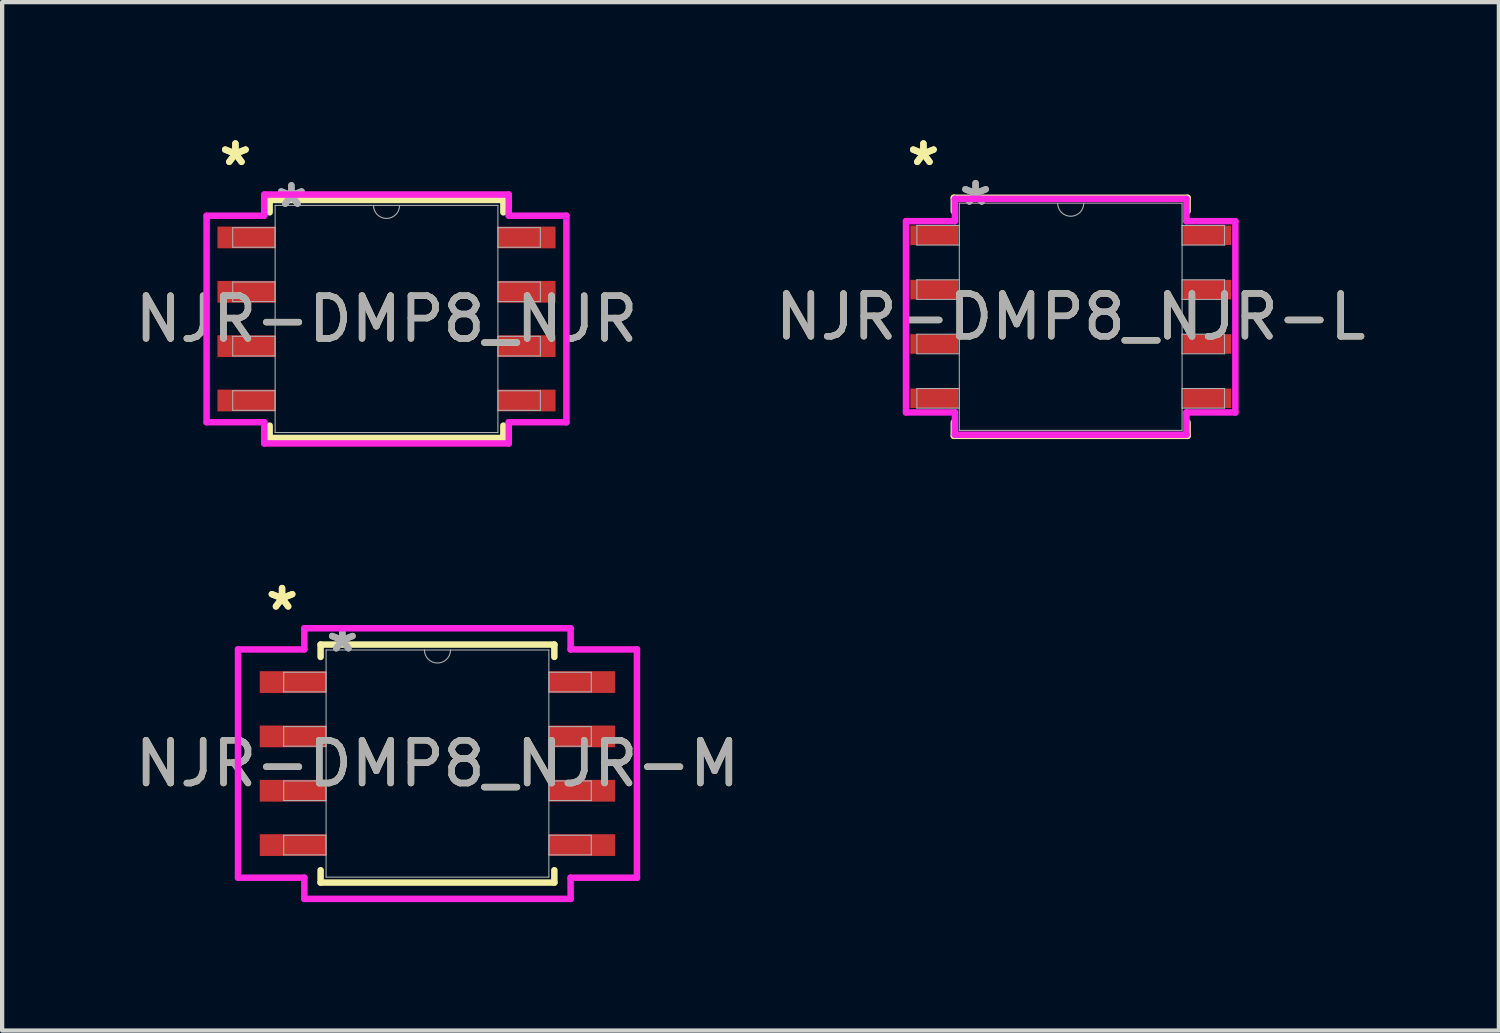
<source format=kicad_pcb>
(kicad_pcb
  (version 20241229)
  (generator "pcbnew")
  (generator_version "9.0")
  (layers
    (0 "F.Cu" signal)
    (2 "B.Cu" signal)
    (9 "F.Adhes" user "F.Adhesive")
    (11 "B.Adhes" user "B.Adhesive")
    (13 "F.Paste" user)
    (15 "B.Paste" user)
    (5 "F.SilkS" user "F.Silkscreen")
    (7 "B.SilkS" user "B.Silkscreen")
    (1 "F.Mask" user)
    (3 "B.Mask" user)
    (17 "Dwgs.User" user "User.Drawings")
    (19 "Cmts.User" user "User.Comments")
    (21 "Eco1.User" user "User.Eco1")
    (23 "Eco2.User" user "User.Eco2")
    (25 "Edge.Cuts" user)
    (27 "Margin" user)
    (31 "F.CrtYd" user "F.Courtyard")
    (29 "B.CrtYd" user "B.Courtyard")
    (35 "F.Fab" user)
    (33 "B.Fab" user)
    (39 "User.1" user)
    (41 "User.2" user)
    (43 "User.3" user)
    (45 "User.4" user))
  (footprint "NJR-DMP8_NJR-M"
    (layer "F.Cu")
    (at 7.173 14.793)
    (property "Reference" "NJR-DMP8_NJR-M" (at 0 0 0) (unlocked yes) (layer "F.SilkS") (effects (font (size 1 1) (thickness 0.15))))
    (attr smd)
    (fp_line (start -2.731 -2.781) (end -2.731 -2.492) (stroke (width 0.152) (type solid)) (layer "F.SilkS"))
    (fp_line (start -2.731 2.492) (end -2.731 2.781) (stroke (width 0.152) (type solid)) (layer "F.SilkS"))
    (fp_line (start -2.731 2.781) (end 2.731 2.781) (stroke (width 0.152) (type solid)) (layer "F.SilkS"))
    (fp_line (start 2.731 -2.781) (end -2.731 -2.781) (stroke (width 0.152) (type solid)) (layer "F.SilkS"))
    (fp_line (start 2.731 -2.492) (end 2.731 -2.781) (stroke (width 0.152) (type solid)) (layer "F.SilkS"))
    (fp_line (start 2.731 2.781) (end 2.731 2.492) (stroke (width 0.152) (type solid)) (layer "F.SilkS"))
    (fp_line (start -4.661 -2.667) (end -3.111 -2.667) (stroke (width 0.152) (type solid)) (layer "F.CrtYd"))
    (fp_line (start -4.661 2.667) (end -4.661 -2.667) (stroke (width 0.152) (type solid)) (layer "F.CrtYd"))
    (fp_line (start -4.661 2.667) (end -3.111 2.667) (stroke (width 0.152) (type solid)) (layer "F.CrtYd"))
    (fp_line (start -3.111 -3.162) (end 3.111 -3.162) (stroke (width 0.152) (type solid)) (layer "F.CrtYd"))
    (fp_line (start -3.111 -2.667) (end -3.111 -3.162) (stroke (width 0.152) (type solid)) (layer "F.CrtYd"))
    (fp_line (start -3.111 3.162) (end -3.111 2.667) (stroke (width 0.152) (type solid)) (layer "F.CrtYd"))
    (fp_line (start 3.111 -3.162) (end 3.111 -2.667) (stroke (width 0.152) (type solid)) (layer "F.CrtYd"))
    (fp_line (start 3.111 2.667) (end 3.111 3.162) (stroke (width 0.152) (type solid)) (layer "F.CrtYd"))
    (fp_line (start 3.111 3.162) (end -3.111 3.162) (stroke (width 0.152) (type solid)) (layer "F.CrtYd"))
    (fp_line (start 4.661 -2.667) (end 3.111 -2.667) (stroke (width 0.152) (type solid)) (layer "F.CrtYd"))
    (fp_line (start 4.661 -2.667) (end 4.661 2.667) (stroke (width 0.152) (type solid)) (layer "F.CrtYd"))
    (fp_line (start 4.661 2.667) (end 3.111 2.667) (stroke (width 0.152) (type solid)) (layer "F.CrtYd"))
    (fp_line (start -3.594 -2.134) (end -3.594 -1.676) (stroke (width 0.025) (type solid)) (layer "F.Fab"))
    (fp_line (start -3.594 -1.676) (end -2.603 -1.676) (stroke (width 0.025) (type solid)) (layer "F.Fab"))
    (fp_line (start -3.594 -0.864) (end -3.594 -0.406) (stroke (width 0.025) (type solid)) (layer "F.Fab"))
    (fp_line (start -3.594 -0.406) (end -2.603 -0.406) (stroke (width 0.025) (type solid)) (layer "F.Fab"))
    (fp_line (start -3.594 0.406) (end -3.594 0.864) (stroke (width 0.025) (type solid)) (layer "F.Fab"))
    (fp_line (start -3.594 0.864) (end -2.603 0.864) (stroke (width 0.025) (type solid)) (layer "F.Fab"))
    (fp_line (start -3.594 1.676) (end -3.594 2.134) (stroke (width 0.025) (type solid)) (layer "F.Fab"))
    (fp_line (start -3.594 2.134) (end -2.603 2.134) (stroke (width 0.025) (type solid)) (layer "F.Fab"))
    (fp_line (start -2.603 -2.654) (end -2.603 2.654) (stroke (width 0.025) (type solid)) (layer "F.Fab"))
    (fp_line (start -2.603 -2.134) (end -3.594 -2.134) (stroke (width 0.025) (type solid)) (layer "F.Fab"))
    (fp_line (start -2.603 -1.676) (end -2.603 -2.134) (stroke (width 0.025) (type solid)) (layer "F.Fab"))
    (fp_line (start -2.603 -0.864) (end -3.594 -0.864) (stroke (width 0.025) (type solid)) (layer "F.Fab"))
    (fp_line (start -2.603 -0.406) (end -2.603 -0.864) (stroke (width 0.025) (type solid)) (layer "F.Fab"))
    (fp_line (start -2.603 0.406) (end -3.594 0.406) (stroke (width 0.025) (type solid)) (layer "F.Fab"))
    (fp_line (start -2.603 0.864) (end -2.603 0.406) (stroke (width 0.025) (type solid)) (layer "F.Fab"))
    (fp_line (start -2.603 1.676) (end -3.594 1.676) (stroke (width 0.025) (type solid)) (layer "F.Fab"))
    (fp_line (start -2.603 2.134) (end -2.603 1.676) (stroke (width 0.025) (type solid)) (layer "F.Fab"))
    (fp_line (start -2.603 2.654) (end 2.603 2.654) (stroke (width 0.025) (type solid)) (layer "F.Fab"))
    (fp_line (start 2.603 -2.654) (end -2.603 -2.654) (stroke (width 0.025) (type solid)) (layer "F.Fab"))
    (fp_line (start 2.603 -2.134) (end 2.603 -1.676) (stroke (width 0.025) (type solid)) (layer "F.Fab"))
    (fp_line (start 2.603 -1.676) (end 3.594 -1.676) (stroke (width 0.025) (type solid)) (layer "F.Fab"))
    (fp_line (start 2.603 -0.864) (end 2.603 -0.406) (stroke (width 0.025) (type solid)) (layer "F.Fab"))
    (fp_line (start 2.603 -0.406) (end 3.594 -0.406) (stroke (width 0.025) (type solid)) (layer "F.Fab"))
    (fp_line (start 2.603 0.406) (end 2.603 0.864) (stroke (width 0.025) (type solid)) (layer "F.Fab"))
    (fp_line (start 2.603 0.864) (end 3.594 0.864) (stroke (width 0.025) (type solid)) (layer "F.Fab"))
    (fp_line (start 2.603 1.676) (end 2.603 2.134) (stroke (width 0.025) (type solid)) (layer "F.Fab"))
    (fp_line (start 2.603 2.134) (end 3.594 2.134) (stroke (width 0.025) (type solid)) (layer "F.Fab"))
    (fp_line (start 2.603 2.654) (end 2.603 -2.654) (stroke (width 0.025) (type solid)) (layer "F.Fab"))
    (fp_line (start 3.594 -2.134) (end 2.603 -2.134) (stroke (width 0.025) (type solid)) (layer "F.Fab"))
    (fp_line (start 3.594 -1.676) (end 3.594 -2.134) (stroke (width 0.025) (type solid)) (layer "F.Fab"))
    (fp_line (start 3.594 -0.864) (end 2.603 -0.864) (stroke (width 0.025) (type solid)) (layer "F.Fab"))
    (fp_line (start 3.594 -0.406) (end 3.594 -0.864) (stroke (width 0.025) (type solid)) (layer "F.Fab"))
    (fp_line (start 3.594 0.406) (end 2.603 0.406) (stroke (width 0.025) (type solid)) (layer "F.Fab"))
    (fp_line (start 3.594 0.864) (end 3.594 0.406) (stroke (width 0.025) (type solid)) (layer "F.Fab"))
    (fp_line (start 3.594 1.676) (end 2.603 1.676) (stroke (width 0.025) (type solid)) (layer "F.Fab"))
    (fp_line (start 3.594 2.134) (end 3.594 1.676) (stroke (width 0.025) (type solid)) (layer "F.Fab"))
    (fp_arc (start 0.3048 -2.6543) (mid 0 -2.3495) (end -0.3048 -2.6543) (stroke (width 0.0254) (type solid)) (layer "F.Fab"))
    (fp_text user "*" (at -3.632 -3.556 0) (unlocked yes) (layer "F.SilkS") (effects (font (size 1 1) (thickness 0.15))))
    (fp_text user "*" (at -3.632 -3.556 0) (layer "F.SilkS") (effects (font (size 1 1) (thickness 0.15))))
    (fp_text user "${REFERENCE}" (at 0 0 0) (unlocked yes) (layer "F.Fab") (effects (font (size 1 1) (thickness 0.15))))
    (fp_text user "*" (at -2.223 -2.578 0) (unlocked yes) (layer "F.Fab") (effects (font (size 1 1) (thickness 0.15))))
    (fp_text user "*" (at -2.223 -2.578 0) (layer "F.Fab") (effects (font (size 1 1) (thickness 0.15))))
    (pad "1" smd rect (at -3.378 -1.905) (size 1.549 0.508) (layers "F.Cu" "F.Mask" "F.Paste"))
    (pad "2" smd rect (at -3.378 -0.635) (size 1.549 0.508) (layers "F.Cu" "F.Mask" "F.Paste"))
    (pad "3" smd rect (at -3.378 0.635) (size 1.549 0.508) (layers "F.Cu" "F.Mask" "F.Paste"))
    (pad "4" smd rect (at -3.378 1.905) (size 1.549 0.508) (layers "F.Cu" "F.Mask" "F.Paste"))
    (pad "5" smd rect (at 3.378 1.905) (size 1.549 0.508) (layers "F.Cu" "F.Mask" "F.Paste"))
    (pad "6" smd rect (at 3.378 0.635) (size 1.549 0.508) (layers "F.Cu" "F.Mask" "F.Paste"))
    (pad "7" smd rect (at 3.378 -0.635) (size 1.549 0.508) (layers "F.Cu" "F.Mask" "F.Paste"))
    (pad "8" smd rect (at 3.378 -1.905) (size 1.549 0.508) (layers "F.Cu" "F.Mask" "F.Paste")))
  (footprint "NJR-DMP8_NJR-L"
    (layer "F.Cu")
    (at 21.97 4.353)
    (property "Reference" "NJR-DMP8_NJR-L" (at 0 0 0) (unlocked yes) (layer "F.SilkS") (effects (font (size 1 1) (thickness 0.15))))
    (attr smd)
    (fp_line (start -2.731 -2.781) (end -2.731 -2.466) (stroke (width 0.152) (type solid)) (layer "F.SilkS"))
    (fp_line (start -2.731 2.466) (end -2.731 2.781) (stroke (width 0.152) (type solid)) (layer "F.SilkS"))
    (fp_line (start -2.731 2.781) (end 2.731 2.781) (stroke (width 0.152) (type solid)) (layer "F.SilkS"))
    (fp_line (start 2.731 -2.781) (end -2.731 -2.781) (stroke (width 0.152) (type solid)) (layer "F.SilkS"))
    (fp_line (start 2.731 -2.466) (end 2.731 -2.781) (stroke (width 0.152) (type solid)) (layer "F.SilkS"))
    (fp_line (start 2.731 2.781) (end 2.731 2.466) (stroke (width 0.152) (type solid)) (layer "F.SilkS"))
    (fp_line (start -3.848 -2.235) (end -2.705 -2.235) (stroke (width 0.152) (type solid)) (layer "F.CrtYd"))
    (fp_line (start -3.848 2.235) (end -3.848 -2.235) (stroke (width 0.152) (type solid)) (layer "F.CrtYd"))
    (fp_line (start -3.848 2.235) (end -2.705 2.235) (stroke (width 0.152) (type solid)) (layer "F.CrtYd"))
    (fp_line (start -2.705 -2.756) (end 2.705 -2.756) (stroke (width 0.152) (type solid)) (layer "F.CrtYd"))
    (fp_line (start -2.705 -2.235) (end -2.705 -2.756) (stroke (width 0.152) (type solid)) (layer "F.CrtYd"))
    (fp_line (start -2.705 2.756) (end -2.705 2.235) (stroke (width 0.152) (type solid)) (layer "F.CrtYd"))
    (fp_line (start 2.705 -2.756) (end 2.705 -2.235) (stroke (width 0.152) (type solid)) (layer "F.CrtYd"))
    (fp_line (start 2.705 2.235) (end 2.705 2.756) (stroke (width 0.152) (type solid)) (layer "F.CrtYd"))
    (fp_line (start 2.705 2.756) (end -2.705 2.756) (stroke (width 0.152) (type solid)) (layer "F.CrtYd"))
    (fp_line (start 3.848 -2.235) (end 2.705 -2.235) (stroke (width 0.152) (type solid)) (layer "F.CrtYd"))
    (fp_line (start 3.848 -2.235) (end 3.848 2.235) (stroke (width 0.152) (type solid)) (layer "F.CrtYd"))
    (fp_line (start 3.848 2.235) (end 2.705 2.235) (stroke (width 0.152) (type solid)) (layer "F.CrtYd"))
    (fp_line (start -3.594 -2.134) (end -3.594 -1.676) (stroke (width 0.025) (type solid)) (layer "F.Fab"))
    (fp_line (start -3.594 -1.676) (end -2.603 -1.676) (stroke (width 0.025) (type solid)) (layer "F.Fab"))
    (fp_line (start -3.594 -0.864) (end -3.594 -0.406) (stroke (width 0.025) (type solid)) (layer "F.Fab"))
    (fp_line (start -3.594 -0.406) (end -2.603 -0.406) (stroke (width 0.025) (type solid)) (layer "F.Fab"))
    (fp_line (start -3.594 0.406) (end -3.594 0.864) (stroke (width 0.025) (type solid)) (layer "F.Fab"))
    (fp_line (start -3.594 0.864) (end -2.603 0.864) (stroke (width 0.025) (type solid)) (layer "F.Fab"))
    (fp_line (start -3.594 1.676) (end -3.594 2.134) (stroke (width 0.025) (type solid)) (layer "F.Fab"))
    (fp_line (start -3.594 2.134) (end -2.603 2.134) (stroke (width 0.025) (type solid)) (layer "F.Fab"))
    (fp_line (start -2.603 -2.654) (end -2.603 2.654) (stroke (width 0.025) (type solid)) (layer "F.Fab"))
    (fp_line (start -2.603 -2.134) (end -3.594 -2.134) (stroke (width 0.025) (type solid)) (layer "F.Fab"))
    (fp_line (start -2.603 -1.676) (end -2.603 -2.134) (stroke (width 0.025) (type solid)) (layer "F.Fab"))
    (fp_line (start -2.603 -0.864) (end -3.594 -0.864) (stroke (width 0.025) (type solid)) (layer "F.Fab"))
    (fp_line (start -2.603 -0.406) (end -2.603 -0.864) (stroke (width 0.025) (type solid)) (layer "F.Fab"))
    (fp_line (start -2.603 0.406) (end -3.594 0.406) (stroke (width 0.025) (type solid)) (layer "F.Fab"))
    (fp_line (start -2.603 0.864) (end -2.603 0.406) (stroke (width 0.025) (type solid)) (layer "F.Fab"))
    (fp_line (start -2.603 1.676) (end -3.594 1.676) (stroke (width 0.025) (type solid)) (layer "F.Fab"))
    (fp_line (start -2.603 2.134) (end -2.603 1.676) (stroke (width 0.025) (type solid)) (layer "F.Fab"))
    (fp_line (start -2.603 2.654) (end 2.603 2.654) (stroke (width 0.025) (type solid)) (layer "F.Fab"))
    (fp_line (start 2.603 -2.654) (end -2.603 -2.654) (stroke (width 0.025) (type solid)) (layer "F.Fab"))
    (fp_line (start 2.603 -2.134) (end 2.603 -1.676) (stroke (width 0.025) (type solid)) (layer "F.Fab"))
    (fp_line (start 2.603 -1.676) (end 3.594 -1.676) (stroke (width 0.025) (type solid)) (layer "F.Fab"))
    (fp_line (start 2.603 -0.864) (end 2.603 -0.406) (stroke (width 0.025) (type solid)) (layer "F.Fab"))
    (fp_line (start 2.603 -0.406) (end 3.594 -0.406) (stroke (width 0.025) (type solid)) (layer "F.Fab"))
    (fp_line (start 2.603 0.406) (end 2.603 0.864) (stroke (width 0.025) (type solid)) (layer "F.Fab"))
    (fp_line (start 2.603 0.864) (end 3.594 0.864) (stroke (width 0.025) (type solid)) (layer "F.Fab"))
    (fp_line (start 2.603 1.676) (end 2.603 2.134) (stroke (width 0.025) (type solid)) (layer "F.Fab"))
    (fp_line (start 2.603 2.134) (end 3.594 2.134) (stroke (width 0.025) (type solid)) (layer "F.Fab"))
    (fp_line (start 2.603 2.654) (end 2.603 -2.654) (stroke (width 0.025) (type solid)) (layer "F.Fab"))
    (fp_line (start 3.594 -2.134) (end 2.603 -2.134) (stroke (width 0.025) (type solid)) (layer "F.Fab"))
    (fp_line (start 3.594 -1.676) (end 3.594 -2.134) (stroke (width 0.025) (type solid)) (layer "F.Fab"))
    (fp_line (start 3.594 -0.864) (end 2.603 -0.864) (stroke (width 0.025) (type solid)) (layer "F.Fab"))
    (fp_line (start 3.594 -0.406) (end 3.594 -0.864) (stroke (width 0.025) (type solid)) (layer "F.Fab"))
    (fp_line (start 3.594 0.406) (end 2.603 0.406) (stroke (width 0.025) (type solid)) (layer "F.Fab"))
    (fp_line (start 3.594 0.864) (end 3.594 0.406) (stroke (width 0.025) (type solid)) (layer "F.Fab"))
    (fp_line (start 3.594 1.676) (end 2.603 1.676) (stroke (width 0.025) (type solid)) (layer "F.Fab"))
    (fp_line (start 3.594 2.134) (end 3.594 1.676) (stroke (width 0.025) (type solid)) (layer "F.Fab"))
    (fp_arc (start 0.3048 -2.6543) (mid 0 -2.3495) (end -0.3048 -2.6543) (stroke (width 0.0254) (type solid)) (layer "F.Fab"))
    (fp_text user "*" (at -3.442 -3.505 0) (layer "F.SilkS") (effects (font (size 1 1) (thickness 0.15))))
    (fp_text user "*" (at -3.442 -3.505 0) (unlocked yes) (layer "F.SilkS") (effects (font (size 1 1) (thickness 0.15))))
    (fp_text user "*" (at -2.223 -2.578 0) (layer "F.Fab") (effects (font (size 1 1) (thickness 0.15))))
    (fp_text user "${REFERENCE}" (at 0 0 0) (unlocked yes) (layer "F.Fab") (effects (font (size 1 1) (thickness 0.15))))
    (fp_text user "*" (at -2.223 -2.578 0) (unlocked yes) (layer "F.Fab") (effects (font (size 1 1) (thickness 0.15))))
    (pad "1" smd rect (at -3.188 -1.905) (size 1.118 0.457) (layers "F.Cu" "F.Mask" "F.Paste"))
    (pad "2" smd rect (at -3.188 -0.635) (size 1.118 0.457) (layers "F.Cu" "F.Mask" "F.Paste"))
    (pad "3" smd rect (at -3.188 0.635) (size 1.118 0.457) (layers "F.Cu" "F.Mask" "F.Paste"))
    (pad "4" smd rect (at -3.188 1.905) (size 1.118 0.457) (layers "F.Cu" "F.Mask" "F.Paste"))
    (pad "5" smd rect (at 3.188 1.905) (size 1.118 0.457) (layers "F.Cu" "F.Mask" "F.Paste"))
    (pad "6" smd rect (at 3.188 0.635) (size 1.118 0.457) (layers "F.Cu" "F.Mask" "F.Paste"))
    (pad "7" smd rect (at 3.188 -0.635) (size 1.118 0.457) (layers "F.Cu" "F.Mask" "F.Paste"))
    (pad "8" smd rect (at 3.188 -1.905) (size 1.118 0.457) (layers "F.Cu" "F.Mask" "F.Paste")))
  (footprint "NJR-DMP8_NJR"
    (layer "F.Cu")
    (at 5.982 4.404)
    (property "Reference" "NJR-DMP8_NJR" (at 0 0 0) (unlocked yes) (layer "F.SilkS") (effects (font (size 1 1) (thickness 0.15))))
    (attr smd)
    (fp_line (start -2.731 -2.781) (end -2.731 -2.492) (stroke (width 0.152) (type solid)) (layer "F.SilkS"))
    (fp_line (start -2.731 2.492) (end -2.731 2.781) (stroke (width 0.152) (type solid)) (layer "F.SilkS"))
    (fp_line (start -2.731 2.781) (end 2.731 2.781) (stroke (width 0.152) (type solid)) (layer "F.SilkS"))
    (fp_line (start 2.731 -2.781) (end -2.731 -2.781) (stroke (width 0.152) (type solid)) (layer "F.SilkS"))
    (fp_line (start 2.731 -2.492) (end 2.731 -2.781) (stroke (width 0.152) (type solid)) (layer "F.SilkS"))
    (fp_line (start 2.731 2.781) (end 2.731 2.492) (stroke (width 0.152) (type solid)) (layer "F.SilkS"))
    (fp_line (start -4.204 -2.413) (end -2.857 -2.413) (stroke (width 0.152) (type solid)) (layer "F.CrtYd"))
    (fp_line (start -4.204 2.413) (end -4.204 -2.413) (stroke (width 0.152) (type solid)) (layer "F.CrtYd"))
    (fp_line (start -4.204 2.413) (end -2.857 2.413) (stroke (width 0.152) (type solid)) (layer "F.CrtYd"))
    (fp_line (start -2.857 -2.908) (end 2.857 -2.908) (stroke (width 0.152) (type solid)) (layer "F.CrtYd"))
    (fp_line (start -2.857 -2.413) (end -2.857 -2.908) (stroke (width 0.152) (type solid)) (layer "F.CrtYd"))
    (fp_line (start -2.857 2.908) (end -2.857 2.413) (stroke (width 0.152) (type solid)) (layer "F.CrtYd"))
    (fp_line (start 2.857 -2.908) (end 2.857 -2.413) (stroke (width 0.152) (type solid)) (layer "F.CrtYd"))
    (fp_line (start 2.857 2.413) (end 2.857 2.908) (stroke (width 0.152) (type solid)) (layer "F.CrtYd"))
    (fp_line (start 2.857 2.908) (end -2.857 2.908) (stroke (width 0.152) (type solid)) (layer "F.CrtYd"))
    (fp_line (start 4.204 -2.413) (end 2.857 -2.413) (stroke (width 0.152) (type solid)) (layer "F.CrtYd"))
    (fp_line (start 4.204 -2.413) (end 4.204 2.413) (stroke (width 0.152) (type solid)) (layer "F.CrtYd"))
    (fp_line (start 4.204 2.413) (end 2.857 2.413) (stroke (width 0.152) (type solid)) (layer "F.CrtYd"))
    (fp_line (start -3.594 -2.134) (end -3.594 -1.676) (stroke (width 0.025) (type solid)) (layer "F.Fab"))
    (fp_line (start -3.594 -1.676) (end -2.603 -1.676) (stroke (width 0.025) (type solid)) (layer "F.Fab"))
    (fp_line (start -3.594 -0.864) (end -3.594 -0.406) (stroke (width 0.025) (type solid)) (layer "F.Fab"))
    (fp_line (start -3.594 -0.406) (end -2.603 -0.406) (stroke (width 0.025) (type solid)) (layer "F.Fab"))
    (fp_line (start -3.594 0.406) (end -3.594 0.864) (stroke (width 0.025) (type solid)) (layer "F.Fab"))
    (fp_line (start -3.594 0.864) (end -2.603 0.864) (stroke (width 0.025) (type solid)) (layer "F.Fab"))
    (fp_line (start -3.594 1.676) (end -3.594 2.134) (stroke (width 0.025) (type solid)) (layer "F.Fab"))
    (fp_line (start -3.594 2.134) (end -2.603 2.134) (stroke (width 0.025) (type solid)) (layer "F.Fab"))
    (fp_line (start -2.603 -2.654) (end -2.603 2.654) (stroke (width 0.025) (type solid)) (layer "F.Fab"))
    (fp_line (start -2.603 -2.134) (end -3.594 -2.134) (stroke (width 0.025) (type solid)) (layer "F.Fab"))
    (fp_line (start -2.603 -1.676) (end -2.603 -2.134) (stroke (width 0.025) (type solid)) (layer "F.Fab"))
    (fp_line (start -2.603 -0.864) (end -3.594 -0.864) (stroke (width 0.025) (type solid)) (layer "F.Fab"))
    (fp_line (start -2.603 -0.406) (end -2.603 -0.864) (stroke (width 0.025) (type solid)) (layer "F.Fab"))
    (fp_line (start -2.603 0.406) (end -3.594 0.406) (stroke (width 0.025) (type solid)) (layer "F.Fab"))
    (fp_line (start -2.603 0.864) (end -2.603 0.406) (stroke (width 0.025) (type solid)) (layer "F.Fab"))
    (fp_line (start -2.603 1.676) (end -3.594 1.676) (stroke (width 0.025) (type solid)) (layer "F.Fab"))
    (fp_line (start -2.603 2.134) (end -2.603 1.676) (stroke (width 0.025) (type solid)) (layer "F.Fab"))
    (fp_line (start -2.603 2.654) (end 2.603 2.654) (stroke (width 0.025) (type solid)) (layer "F.Fab"))
    (fp_line (start 2.603 -2.654) (end -2.603 -2.654) (stroke (width 0.025) (type solid)) (layer "F.Fab"))
    (fp_line (start 2.603 -2.134) (end 2.603 -1.676) (stroke (width 0.025) (type solid)) (layer "F.Fab"))
    (fp_line (start 2.603 -1.676) (end 3.594 -1.676) (stroke (width 0.025) (type solid)) (layer "F.Fab"))
    (fp_line (start 2.603 -0.864) (end 2.603 -0.406) (stroke (width 0.025) (type solid)) (layer "F.Fab"))
    (fp_line (start 2.603 -0.406) (end 3.594 -0.406) (stroke (width 0.025) (type solid)) (layer "F.Fab"))
    (fp_line (start 2.603 0.406) (end 2.603 0.864) (stroke (width 0.025) (type solid)) (layer "F.Fab"))
    (fp_line (start 2.603 0.864) (end 3.594 0.864) (stroke (width 0.025) (type solid)) (layer "F.Fab"))
    (fp_line (start 2.603 1.676) (end 2.603 2.134) (stroke (width 0.025) (type solid)) (layer "F.Fab"))
    (fp_line (start 2.603 2.134) (end 3.594 2.134) (stroke (width 0.025) (type solid)) (layer "F.Fab"))
    (fp_line (start 2.603 2.654) (end 2.603 -2.654) (stroke (width 0.025) (type solid)) (layer "F.Fab"))
    (fp_line (start 3.594 -2.134) (end 2.603 -2.134) (stroke (width 0.025) (type solid)) (layer "F.Fab"))
    (fp_line (start 3.594 -1.676) (end 3.594 -2.134) (stroke (width 0.025) (type solid)) (layer "F.Fab"))
    (fp_line (start 3.594 -0.864) (end 2.603 -0.864) (stroke (width 0.025) (type solid)) (layer "F.Fab"))
    (fp_line (start 3.594 -0.406) (end 3.594 -0.864) (stroke (width 0.025) (type solid)) (layer "F.Fab"))
    (fp_line (start 3.594 0.406) (end 2.603 0.406) (stroke (width 0.025) (type solid)) (layer "F.Fab"))
    (fp_line (start 3.594 0.864) (end 3.594 0.406) (stroke (width 0.025) (type solid)) (layer "F.Fab"))
    (fp_line (start 3.594 1.676) (end 2.603 1.676) (stroke (width 0.025) (type solid)) (layer "F.Fab"))
    (fp_line (start 3.594 2.134) (end 3.594 1.676) (stroke (width 0.025) (type solid)) (layer "F.Fab"))
    (fp_arc (start 0.3048 -2.6543) (mid 0 -2.3495) (end -0.3048 -2.6543) (stroke (width 0.0254) (type solid)) (layer "F.Fab"))
    (fp_text user "*" (at -3.531 -3.556 0) (unlocked yes) (layer "F.SilkS") (effects (font (size 1 1) (thickness 0.15))))
    (fp_text user "*" (at -3.531 -3.556 0) (layer "F.SilkS") (effects (font (size 1 1) (thickness 0.15))))
    (fp_text user "*" (at -2.223 -2.578 0) (unlocked yes) (layer "F.Fab") (effects (font (size 1 1) (thickness 0.15))))
    (fp_text user "*" (at -2.223 -2.578 0) (layer "F.Fab") (effects (font (size 1 1) (thickness 0.15))))
    (fp_text user "${REFERENCE}" (at 0 0 0) (unlocked yes) (layer "F.Fab") (effects (font (size 1 1) (thickness 0.15))))
    (pad "1" smd rect (at -3.277 -1.905) (size 1.346 0.508) (layers "F.Cu" "F.Mask" "F.Paste"))
    (pad "2" smd rect (at -3.277 -0.635) (size 1.346 0.508) (layers "F.Cu" "F.Mask" "F.Paste"))
    (pad "3" smd rect (at -3.277 0.635) (size 1.346 0.508) (layers "F.Cu" "F.Mask" "F.Paste"))
    (pad "4" smd rect (at -3.277 1.905) (size 1.346 0.508) (layers "F.Cu" "F.Mask" "F.Paste"))
    (pad "5" smd rect (at 3.277 1.905) (size 1.346 0.508) (layers "F.Cu" "F.Mask" "F.Paste"))
    (pad "6" smd rect (at 3.277 0.635) (size 1.346 0.508) (layers "F.Cu" "F.Mask" "F.Paste"))
    (pad "7" smd rect (at 3.277 -0.635) (size 1.346 0.508) (layers "F.Cu" "F.Mask" "F.Paste"))
    (pad "8" smd rect (at 3.277 -1.905) (size 1.346 0.508) (layers "F.Cu" "F.Mask" "F.Paste")))
  (gr_rect
    (start -3 -3)
    (end 31.976 21.032)
    (stroke (width 0.1) (type default))
    (fill no)
    (layer "Edge.Cuts")))
</source>
